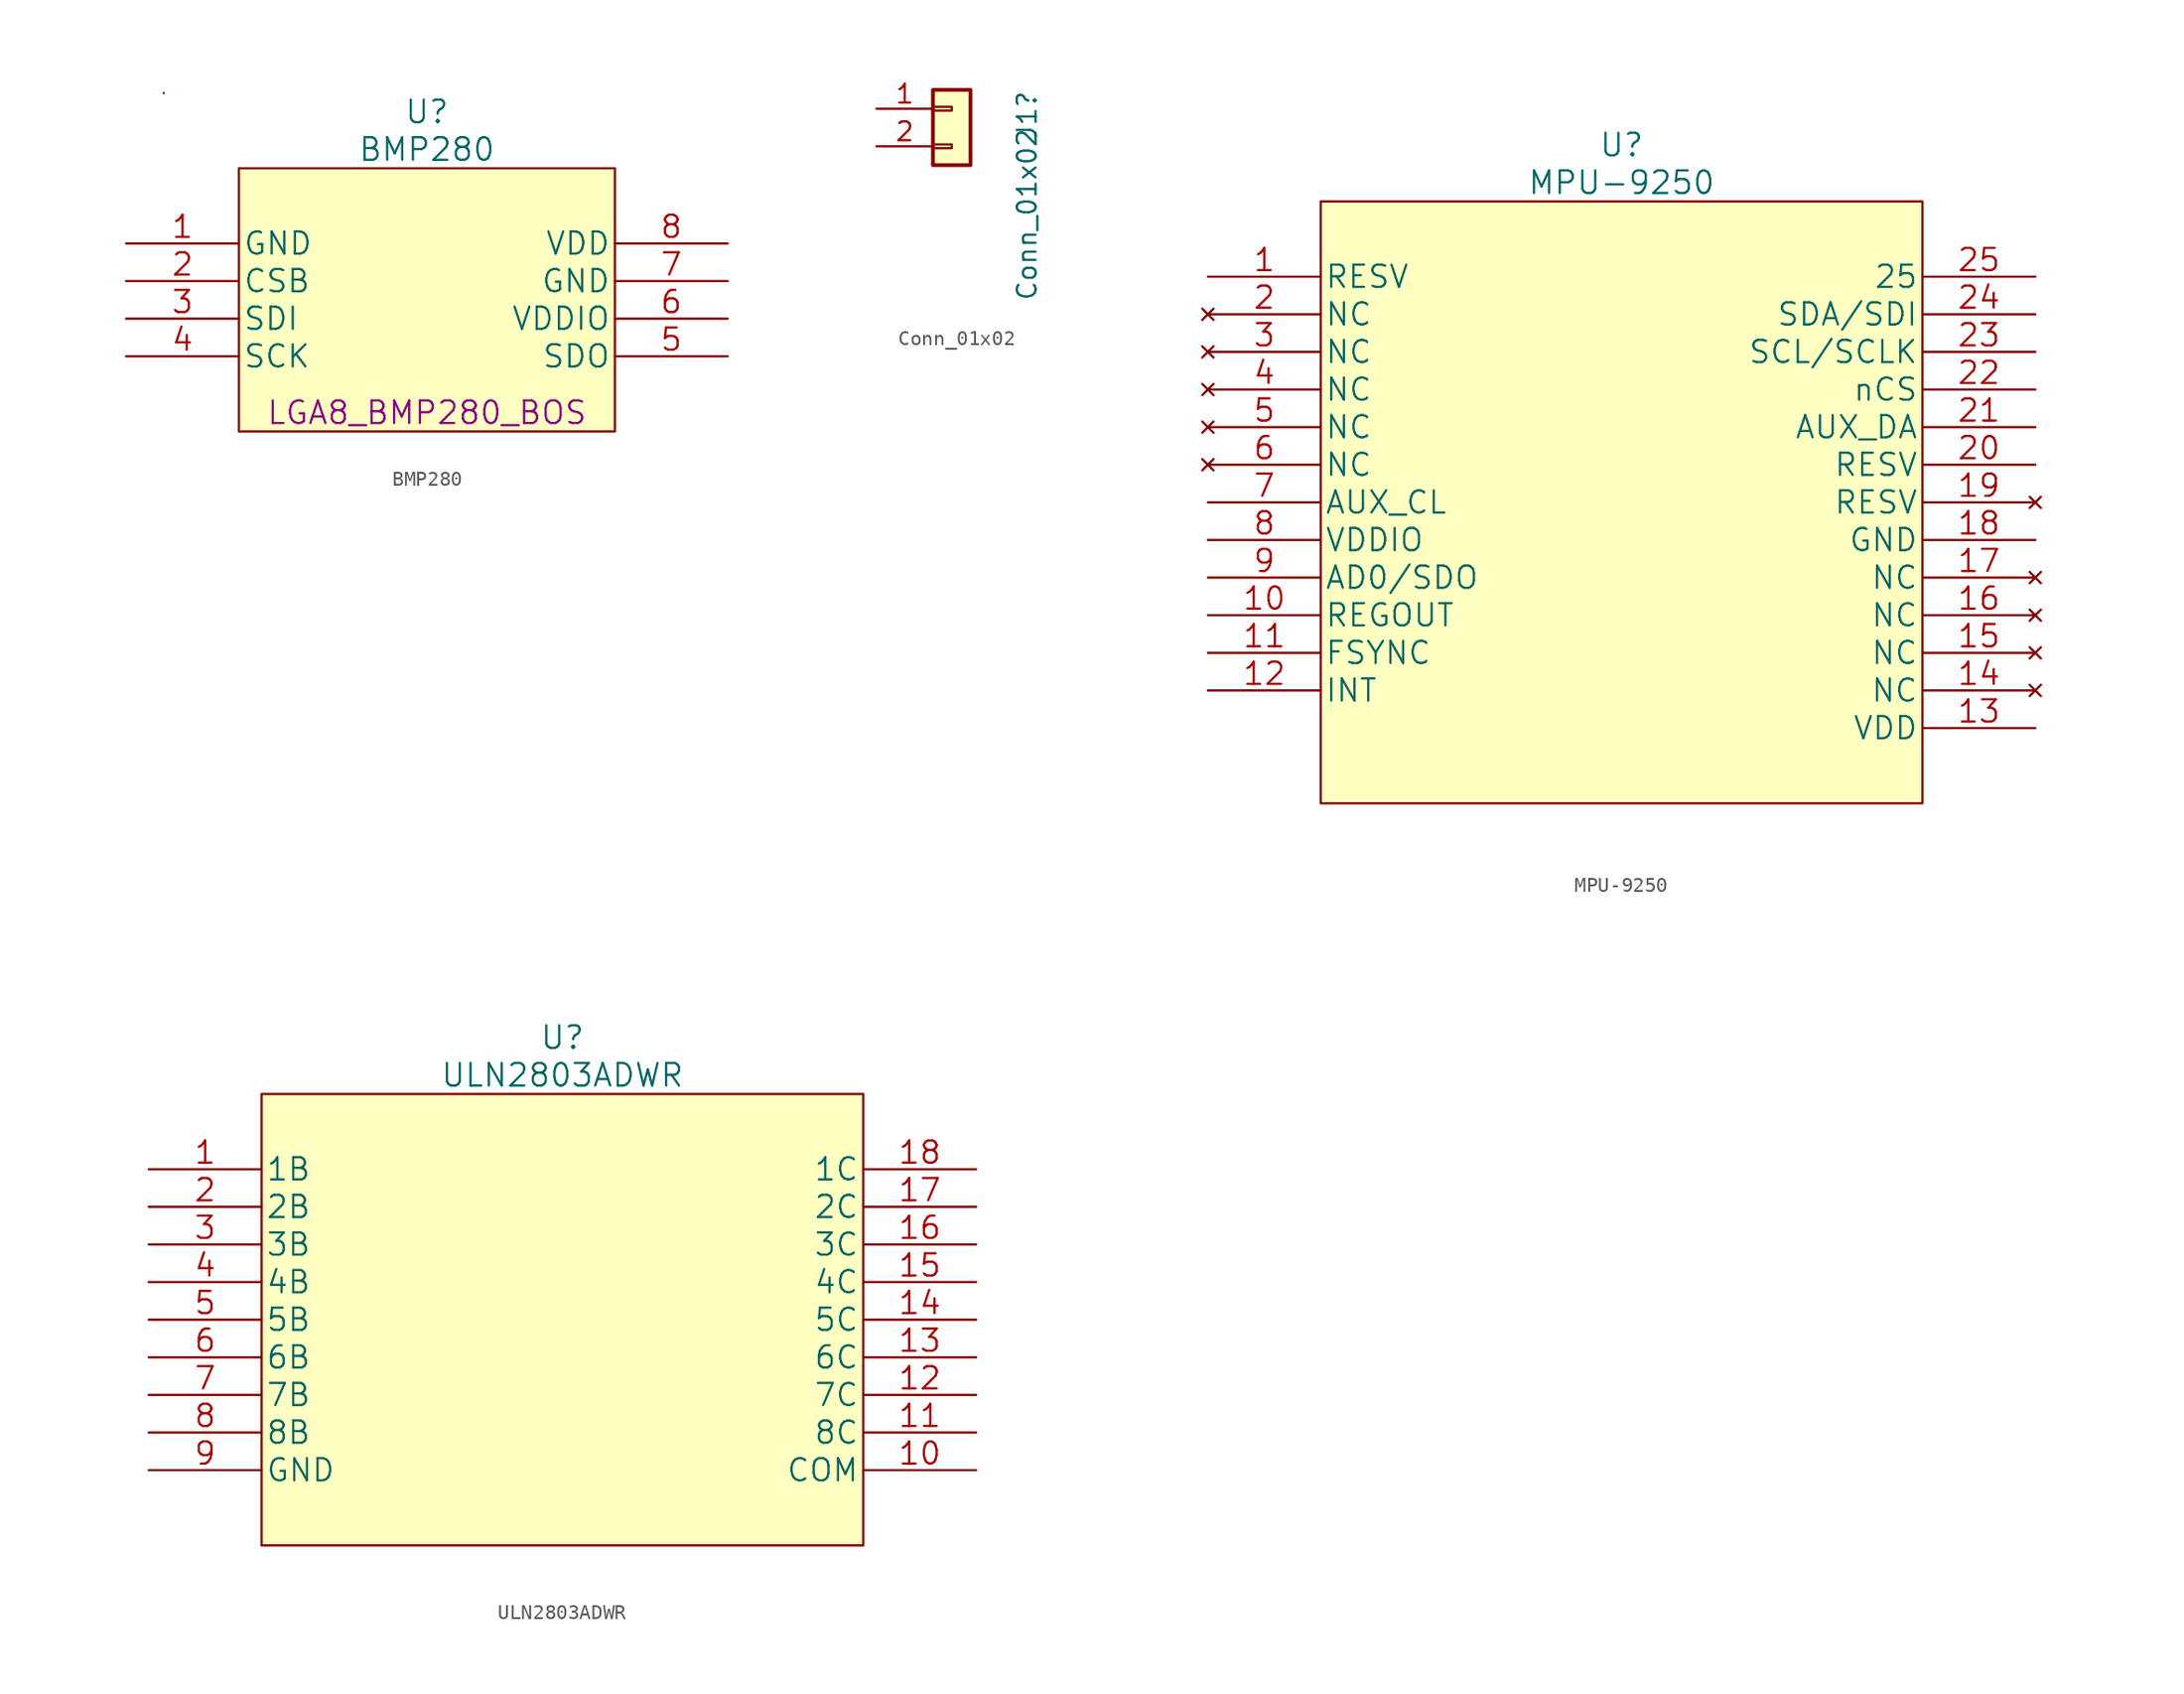
<source format=kicad_sym>
(kicad_symbol_lib
  (version 20211014)
  (generator kicad_symbol_editor)
  (symbol "BMP280"
    (pin_names
      (offset 0.254))
    (property "Reference" "U"
      (at 20.32 8.89 0)
      (effects (font (size 1.524 1.524))))
    (property "Value" "BMP280"
      (at 20.32 6.35 0)
      (effects (font (size 1.524 1.524))))
    (property "Footprint" "LGA8_BMP280_BOS"
      (at 20.32 -11.43 0)
      (effects (font (size 1.524 1.524))))
    (property "Datasheet" ""
      (at 0 0 0)
      (effects (font (size 1.524 1.524))))
    (symbol "BMP280_1_1"
      (rectangle (start 2.54 10.16) (end 2.54 10.16) (stroke (width 0) (type default) (color 0 0 0 0)) (fill (type none)))
      (rectangle (start 7.62 5.08) (end 33.02 -12.7) (stroke (width 0) (type default) (color 0 0 0 0)) (fill (type background)))
      (pin unspecified line (at 0 0 0) (length 7.62) (name "GND" (effects (font (size 1.499 1.499)))) (number "1" (effects (font (size 1.499 1.499)))))
      (pin unspecified line (at 0 -2.54 0) (length 7.62) (name "CSB" (effects (font (size 1.499 1.499)))) (number "2" (effects (font (size 1.499 1.499)))))
      (pin unspecified line (at 0 -5.08 0) (length 7.62) (name "SDI" (effects (font (size 1.499 1.499)))) (number "3" (effects (font (size 1.499 1.499)))))
      (pin unspecified line (at 0 -7.62 0) (length 7.62) (name "SCK" (effects (font (size 1.499 1.499)))) (number "4" (effects (font (size 1.499 1.499)))))
      (pin unspecified line (at 40.64 -7.62 180) (length 7.62) (name "SDO" (effects (font (size 1.499 1.499)))) (number "5" (effects (font (size 1.499 1.499)))))
      (pin unspecified line (at 40.64 -5.08 180) (length 7.62) (name "VDDIO" (effects (font (size 1.499 1.499)))) (number "6" (effects (font (size 1.499 1.499)))))
      (pin unspecified line (at 40.64 -2.54 180) (length 7.62) (name "GND" (effects (font (size 1.499 1.499)))) (number "7" (effects (font (size 1.499 1.499)))))
      (pin unspecified line (at 40.64 0 180) (length 7.62) (name "VDD" (effects (font (size 1.499 1.499)))) (number "8" (effects (font (size 1.499 1.499)))))))
  (symbol "Conn_01x02"
    (pin_names
      (offset 1.016) hide)
    (property "Reference" "J1"
      (at 5.08 1.27 90)
      (effects (font (size 1.27 1.27)) (justify right)))
    (property "Value" "Conn_01x02"
      (at 5.08 -1.27 90)
      (effects (font (size 1.27 1.27)) (justify right)))
    (symbol "Conn_01x02_1_1"
      (rectangle (start -1.27 -2.413) (end 0 -2.667) (stroke (width 0.152) (type default) (color 0 0 0 0)) (fill (type none)))
      (rectangle (start -1.27 0.127) (end 0 -0.127) (stroke (width 0.152) (type default) (color 0 0 0 0)) (fill (type none)))
      (rectangle (start -1.27 1.27) (end 1.27 -3.81) (stroke (width 0.254) (type default) (color 0 0 0 0)) (fill (type background)))
      (pin power_in line (at -5.08 0 0) (length 3.81) (name "Pin_1" (effects (font (size 1.27 1.27)))) (number "1" (effects (font (size 1.27 1.27)))))
      (pin passive line (at -5.08 -2.54 0) (length 3.81) (name "Pin_2" (effects (font (size 1.27 1.27)))) (number "2" (effects (font (size 1.27 1.27)))))))
  (symbol "MPU-9250"
    (pin_names
      (offset 0.254))
    (property "Reference" "U"
      (at 27.94 8.89 0)
      (effects (font (size 1.524 1.524))))
    (property "Value" "MPU-9250"
      (at 27.94 6.35 0)
      (effects (font (size 1.524 1.524))))
    (property "Datasheet" ""
      (at 0 0 0)
      (effects (font (size 1.524 1.524))))
    (property "ki_locked" ""
      (at 0 0 0)
      (effects (font (size 1.27 1.27))))
    (symbol "MPU-9250_1_1"
      (rectangle (start 7.62 5.08) (end 48.26 -35.56) (stroke (width 0) (type default) (color 0 0 0 0)) (fill (type background)))
      (pin power_in line (at 0 0 0) (length 7.62) (name "RESV" (effects (font (size 1.499 1.499)))) (number "1" (effects (font (size 1.499 1.499)))))
      (pin unspecified line (at 0 -22.86 0) (length 7.62) (name "REGOUT" (effects (font (size 1.499 1.499)))) (number "10" (effects (font (size 1.499 1.499)))))
      (pin input line (at 0 -25.4 0) (length 7.62) (name "FSYNC" (effects (font (size 1.499 1.499)))) (number "11" (effects (font (size 1.499 1.499)))))
      (pin output line (at 0 -27.94 0) (length 7.62) (name "INT" (effects (font (size 1.499 1.499)))) (number "12" (effects (font (size 1.499 1.499)))))
      (pin power_in line (at 55.88 -30.48 180) (length 7.62) (name "VDD" (effects (font (size 1.499 1.499)))) (number "13" (effects (font (size 1.499 1.499)))))
      (pin no_connect line (at 55.88 -27.94 180) (length 7.62) (name "NC" (effects (font (size 1.499 1.499)))) (number "14" (effects (font (size 1.499 1.499)))))
      (pin no_connect line (at 55.88 -25.4 180) (length 7.62) (name "NC" (effects (font (size 1.499 1.499)))) (number "15" (effects (font (size 1.499 1.499)))))
      (pin no_connect line (at 55.88 -22.86 180) (length 7.62) (name "NC" (effects (font (size 1.499 1.499)))) (number "16" (effects (font (size 1.499 1.499)))))
      (pin no_connect line (at 55.88 -20.32 180) (length 7.62) (name "NC" (effects (font (size 1.499 1.499)))) (number "17" (effects (font (size 1.499 1.499)))))
      (pin power_in line (at 55.88 -17.78 180) (length 7.62) (name "GND" (effects (font (size 1.499 1.499)))) (number "18" (effects (font (size 1.499 1.499)))))
      (pin no_connect line (at 55.88 -15.24 180) (length 7.62) (name "RESV" (effects (font (size 1.499 1.499)))) (number "19" (effects (font (size 1.499 1.499)))))
      (pin no_connect line (at 0 -2.54 0) (length 7.62) (name "NC" (effects (font (size 1.499 1.499)))) (number "2" (effects (font (size 1.499 1.499)))))
      (pin power_in line (at 55.88 -12.7 180) (length 7.62) (name "RESV" (effects (font (size 1.499 1.499)))) (number "20" (effects (font (size 1.499 1.499)))))
      (pin unspecified line (at 55.88 -10.16 180) (length 7.62) (name "AUX_DA" (effects (font (size 1.499 1.499)))) (number "21" (effects (font (size 1.499 1.499)))))
      (pin unspecified line (at 55.88 -7.62 180) (length 7.62) (name "nCS" (effects (font (size 1.499 1.499)))) (number "22" (effects (font (size 1.499 1.499)))))
      (pin unspecified line (at 55.88 -5.08 180) (length 7.62) (name "SCL/SCLK" (effects (font (size 1.499 1.499)))) (number "23" (effects (font (size 1.499 1.499)))))
      (pin unspecified line (at 55.88 -2.54 180) (length 7.62) (name "SDA/SDI" (effects (font (size 1.499 1.499)))) (number "24" (effects (font (size 1.499 1.499)))))
      (pin unspecified line (at 55.88 0 180) (length 7.62) (name "25" (effects (font (size 1.499 1.499)))) (number "25" (effects (font (size 1.499 1.499)))))
      (pin no_connect line (at 0 -5.08 0) (length 7.62) (name "NC" (effects (font (size 1.499 1.499)))) (number "3" (effects (font (size 1.499 1.499)))))
      (pin no_connect line (at 0 -7.62 0) (length 7.62) (name "NC" (effects (font (size 1.499 1.499)))) (number "4" (effects (font (size 1.499 1.499)))))
      (pin no_connect line (at 0 -10.16 0) (length 7.62) (name "NC" (effects (font (size 1.499 1.499)))) (number "5" (effects (font (size 1.499 1.499)))))
      (pin no_connect line (at 0 -12.7 0) (length 7.62) (name "NC" (effects (font (size 1.499 1.499)))) (number "6" (effects (font (size 1.499 1.499)))))
      (pin unspecified line (at 0 -15.24 0) (length 7.62) (name "AUX_CL" (effects (font (size 1.499 1.499)))) (number "7" (effects (font (size 1.499 1.499)))))
      (pin power_in line (at 0 -17.78 0) (length 7.62) (name "VDDIO" (effects (font (size 1.499 1.499)))) (number "8" (effects (font (size 1.499 1.499)))))
      (pin bidirectional line (at 0 -20.32 0) (length 7.62) (name "AD0/SDO" (effects (font (size 1.499 1.499)))) (number "9" (effects (font (size 1.499 1.499)))))))
  (symbol "ULN2803ADWR"
    (pin_names
      (offset 0.254))
    (property "Reference" "U"
      (at 27.94 8.89 0)
      (effects (font (size 1.524 1.524))))
    (property "Value" "ULN2803ADWR"
      (at 27.94 6.35 0)
      (effects (font (size 1.524 1.524))))
    (property "Datasheet" ""
      (at 0 0 0)
      (effects (font (size 1.524 1.524))))
    (property "ki_locked" ""
      (at 0 0 0)
      (effects (font (size 1.27 1.27))))
    (symbol "ULN2803ADWR_1_1"
      (rectangle (start 7.62 5.08) (end 48.26 -25.4) (stroke (width 0) (type default) (color 0 0 0 0)) (fill (type background)))
      (pin input line (at 0 0 0) (length 7.62) (name "1B" (effects (font (size 1.499 1.499)))) (number "1" (effects (font (size 1.499 1.499)))))
      (pin unspecified line (at 55.88 -20.32 180) (length 7.62) (name "COM" (effects (font (size 1.499 1.499)))) (number "10" (effects (font (size 1.499 1.499)))))
      (pin output line (at 55.88 -17.78 180) (length 7.62) (name "8C" (effects (font (size 1.499 1.499)))) (number "11" (effects (font (size 1.499 1.499)))))
      (pin output line (at 55.88 -15.24 180) (length 7.62) (name "7C" (effects (font (size 1.499 1.499)))) (number "12" (effects (font (size 1.499 1.499)))))
      (pin output line (at 55.88 -12.7 180) (length 7.62) (name "6C" (effects (font (size 1.499 1.499)))) (number "13" (effects (font (size 1.499 1.499)))))
      (pin output line (at 55.88 -10.16 180) (length 7.62) (name "5C" (effects (font (size 1.499 1.499)))) (number "14" (effects (font (size 1.499 1.499)))))
      (pin output line (at 55.88 -7.62 180) (length 7.62) (name "4C" (effects (font (size 1.499 1.499)))) (number "15" (effects (font (size 1.499 1.499)))))
      (pin output line (at 55.88 -5.08 180) (length 7.62) (name "3C" (effects (font (size 1.499 1.499)))) (number "16" (effects (font (size 1.499 1.499)))))
      (pin output line (at 55.88 -2.54 180) (length 7.62) (name "2C" (effects (font (size 1.499 1.499)))) (number "17" (effects (font (size 1.499 1.499)))))
      (pin output line (at 55.88 0 180) (length 7.62) (name "1C" (effects (font (size 1.499 1.499)))) (number "18" (effects (font (size 1.499 1.499)))))
      (pin input line (at 0 -2.54 0) (length 7.62) (name "2B" (effects (font (size 1.499 1.499)))) (number "2" (effects (font (size 1.499 1.499)))))
      (pin input line (at 0 -5.08 0) (length 7.62) (name "3B" (effects (font (size 1.499 1.499)))) (number "3" (effects (font (size 1.499 1.499)))))
      (pin input line (at 0 -7.62 0) (length 7.62) (name "4B" (effects (font (size 1.499 1.499)))) (number "4" (effects (font (size 1.499 1.499)))))
      (pin input line (at 0 -10.16 0) (length 7.62) (name "5B" (effects (font (size 1.499 1.499)))) (number "5" (effects (font (size 1.499 1.499)))))
      (pin input line (at 0 -12.7 0) (length 7.62) (name "6B" (effects (font (size 1.499 1.499)))) (number "6" (effects (font (size 1.499 1.499)))))
      (pin input line (at 0 -15.24 0) (length 7.62) (name "7B" (effects (font (size 1.499 1.499)))) (number "7" (effects (font (size 1.499 1.499)))))
      (pin input line (at 0 -17.78 0) (length 7.62) (name "8B" (effects (font (size 1.499 1.499)))) (number "8" (effects (font (size 1.499 1.499)))))
      (pin power_in line (at 0 -20.32 0) (length 7.62) (name "GND" (effects (font (size 1.499 1.499)))) (number "9" (effects (font (size 1.499 1.499))))))))
</source>
